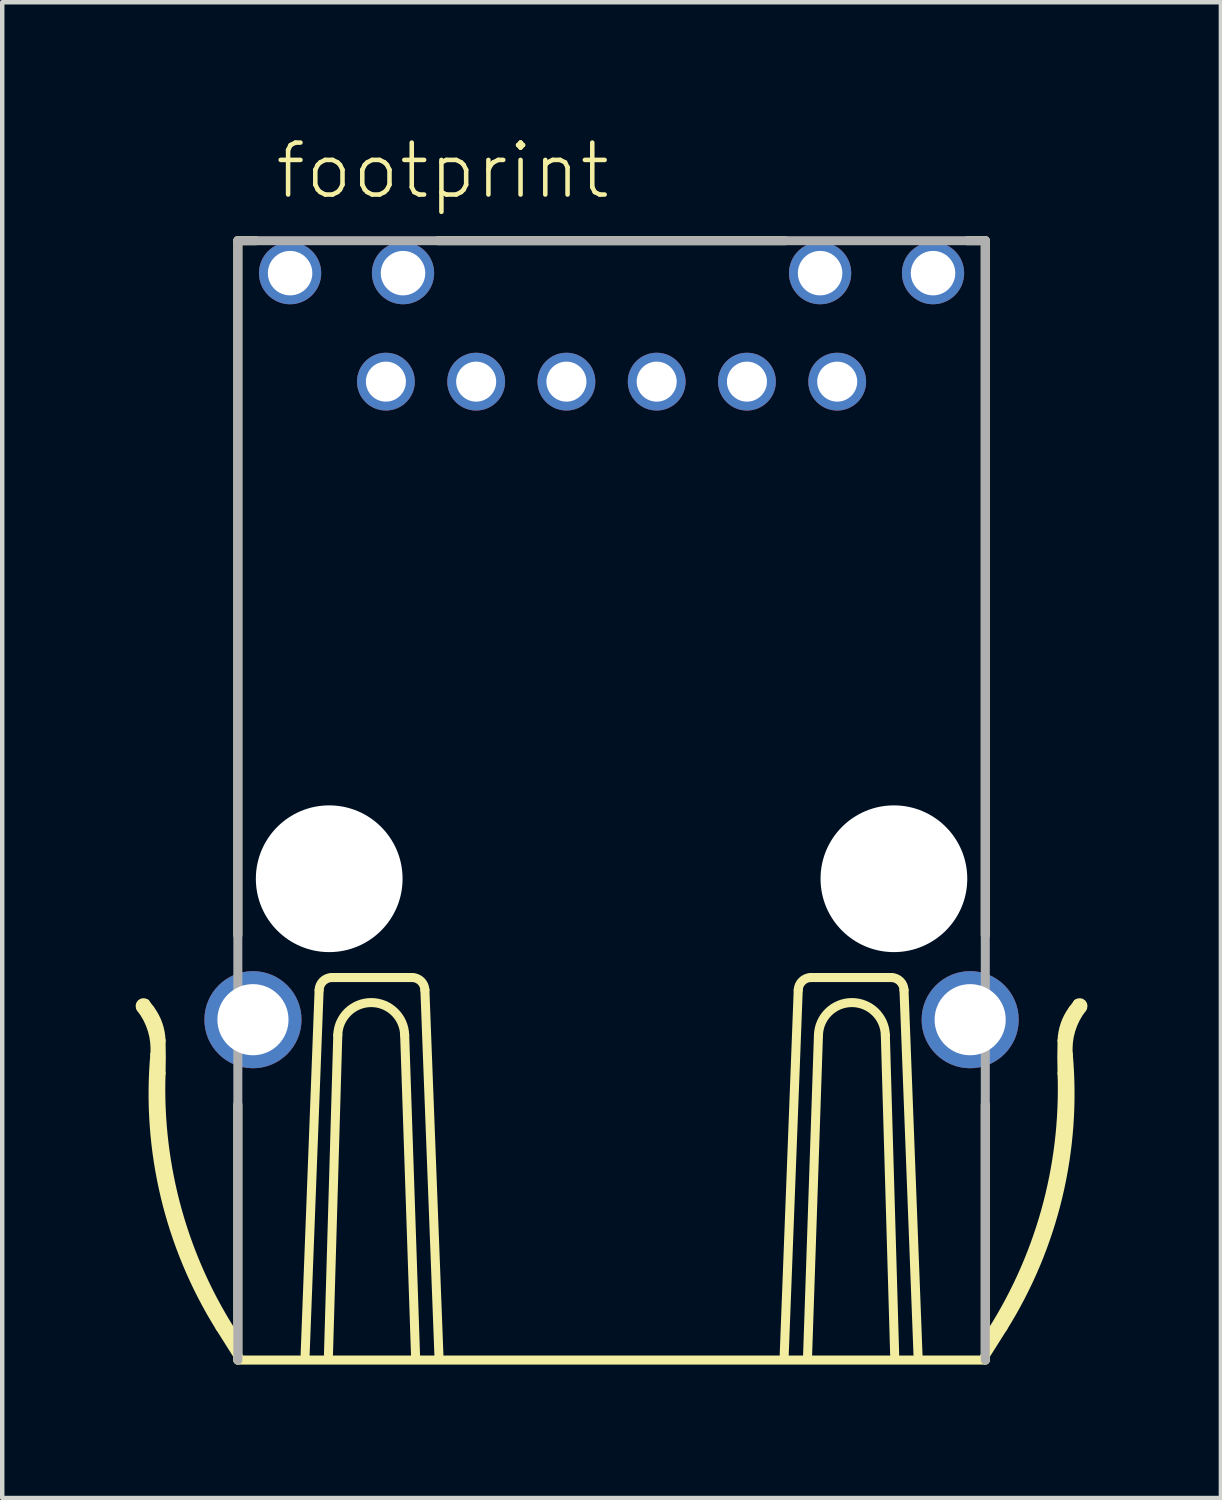
<source format=kicad_pcb>
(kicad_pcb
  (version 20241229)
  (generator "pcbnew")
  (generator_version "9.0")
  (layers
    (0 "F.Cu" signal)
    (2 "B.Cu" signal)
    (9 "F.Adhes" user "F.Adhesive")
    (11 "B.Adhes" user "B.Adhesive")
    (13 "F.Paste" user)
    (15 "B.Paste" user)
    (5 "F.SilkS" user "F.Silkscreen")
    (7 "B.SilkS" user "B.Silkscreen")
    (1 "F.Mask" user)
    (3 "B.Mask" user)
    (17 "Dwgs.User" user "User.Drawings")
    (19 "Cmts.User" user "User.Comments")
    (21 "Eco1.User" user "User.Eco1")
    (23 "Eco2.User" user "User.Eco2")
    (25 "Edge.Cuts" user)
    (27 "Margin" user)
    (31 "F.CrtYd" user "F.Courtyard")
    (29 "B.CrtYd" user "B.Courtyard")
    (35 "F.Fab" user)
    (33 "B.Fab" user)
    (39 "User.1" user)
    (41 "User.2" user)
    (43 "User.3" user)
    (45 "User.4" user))
  (footprint "footprint"
    (layer "F.Cu")
    (at 10.704 16.713)
    (property "Reference" "footprint" (at -7.62 -15.24 0) (layer "F.SilkS") (effects (font (size 1.168 1.168) (thickness 0.102)) (justify left bottom)))
    (fp_line (start -10.481 2.804) (end -10.377 2.943) (stroke (width 0.203) (type solid)) (layer "F.SilkS"))
    (fp_line (start -8.405 -14.35) (end -8.405 1.27) (stroke (width 0.203) (type solid)) (layer "F.SilkS"))
    (fp_line (start -8.405 -14.35) (end -8 -14.35) (stroke (width 0.203) (type solid)) (layer "F.SilkS"))
    (fp_line (start -8.405 5.08) (end -8.405 10.825) (stroke (width 0.203) (type solid)) (layer "F.SilkS"))
    (fp_line (start -8.405 10.825) (end 8.405 10.825) (stroke (width 0.203) (type solid)) (layer "F.SilkS"))
    (fp_line (start -8.385 10.755) (end -8.804 10.091) (stroke (width 0.203) (type solid)) (layer "F.SilkS"))
    (fp_line (start -6.892 10.708) (end -6.577 2.502) (stroke (width 0.203) (type solid)) (layer "F.SilkS"))
    (fp_line (start -6.367 10.708) (end -6.157 3.516) (stroke (width 0.203) (type solid)) (layer "F.SilkS"))
    (fp_line (start -6.298 2.222) (end -4.478 2.222) (stroke (width 0.203) (type solid)) (layer "F.SilkS"))
    (fp_line (start -4.653 3.516) (end -4.408 10.743) (stroke (width 0.203) (type solid)) (layer "F.SilkS"))
    (fp_line (start -3.905 -14.35) (end 3.905 -14.35) (stroke (width 0.203) (type solid)) (layer "F.SilkS"))
    (fp_line (start -3.883 10.708) (end -4.198 2.502) (stroke (width 0.203) (type solid)) (layer "F.SilkS"))
    (fp_line (start 3.883 10.708) (end 4.198 2.502) (stroke (width 0.203) (type solid)) (layer "F.SilkS"))
    (fp_line (start 4.653 3.516) (end 4.408 10.743) (stroke (width 0.203) (type solid)) (layer "F.SilkS"))
    (fp_line (start 6.298 2.222) (end 4.478 2.222) (stroke (width 0.203) (type solid)) (layer "F.SilkS"))
    (fp_line (start 6.367 10.708) (end 6.157 3.516) (stroke (width 0.203) (type solid)) (layer "F.SilkS"))
    (fp_line (start 6.892 10.708) (end 6.577 2.502) (stroke (width 0.203) (type solid)) (layer "F.SilkS"))
    (fp_line (start 8 -14.35) (end 8.405 -14.35) (stroke (width 0.203) (type solid)) (layer "F.SilkS"))
    (fp_line (start 8.385 10.755) (end 8.804 10.091) (stroke (width 0.203) (type solid)) (layer "F.SilkS"))
    (fp_line (start 8.405 1.27) (end 8.405 -14.35) (stroke (width 0.203) (type solid)) (layer "F.SilkS"))
    (fp_line (start 8.405 10.825) (end 8.405 5.08) (stroke (width 0.203) (type solid)) (layer "F.SilkS"))
    (fp_line (start 10.481 2.804) (end 10.377 2.943) (stroke (width 0.203) (type solid)) (layer "F.SilkS"))
    (fp_arc (start -10.5862 2.9086) (mid -10.580366 2.809634) (end -10.4814 2.803798) (stroke (width 0.2032) (type solid)) (layer "F.SilkS"))
    (fp_arc (start -10.586199 2.9086) (mid -10.329382 3.402768) (end -10.2718 3.9567) (stroke (width 0.2032) (type solid)) (layer "F.SilkS"))
    (fp_arc (start -10.3766 2.9435) (mid -10.200259 3.273984) (end -10.132 3.642299) (stroke (width 0.2032) (type solid)) (layer "F.SilkS"))
    (fp_arc (start -10.132 3.6423) (mid -10.126534 4.00915) (end -10.132 4.376) (stroke (width 0.2032) (type solid)) (layer "F.SilkS"))
    (fp_arc (start -8.8044 10.091) (mid -10.039065 7.143687) (end -10.2718 3.9567) (stroke (width 0.2032) (type solid)) (layer "F.SilkS"))
    (fp_arc (start -8.455 10.3356) (mid -9.758602 7.486677) (end -10.132 4.376) (stroke (width 0.2032) (type solid)) (layer "F.SilkS"))
    (fp_arc (start -6.5774 2.5015) (mid -6.492265 2.306735) (end -6.297501 2.221599) (stroke (width 0.2032) (type solid)) (layer "F.SilkS"))
    (fp_arc (start -6.1575 3.5161) (mid -5.4053 2.785967) (end -4.6531 3.5161) (stroke (width 0.2032) (type solid)) (layer "F.SilkS"))
    (fp_arc (start -4.478098 2.2216) (mid -4.283335 2.306736) (end -4.1982 2.5015) (stroke (width 0.2032) (type solid)) (layer "F.SilkS"))
    (fp_arc (start 4.1982 2.5015) (mid 4.283335 2.306736) (end 4.478098 2.2216) (stroke (width 0.2032) (type solid)) (layer "F.SilkS"))
    (fp_arc (start 4.6531 3.5161) (mid 5.4053 2.785967) (end 6.1575 3.5161) (stroke (width 0.2032) (type solid)) (layer "F.SilkS"))
    (fp_arc (start 6.297501 2.221599) (mid 6.492265 2.306735) (end 6.5774 2.5015) (stroke (width 0.2032) (type solid)) (layer "F.SilkS"))
    (fp_arc (start 10.132 3.642299) (mid 10.200259 3.273984) (end 10.3766 2.9435) (stroke (width 0.2032) (type solid)) (layer "F.SilkS"))
    (fp_arc (start 10.132 4.376) (mid 9.758602 7.486677) (end 8.455 10.3356) (stroke (width 0.2032) (type solid)) (layer "F.SilkS"))
    (fp_arc (start 10.132 4.376) (mid 10.126534 4.00915) (end 10.132 3.6423) (stroke (width 0.2032) (type solid)) (layer "F.SilkS"))
    (fp_arc (start 10.2718 3.9567) (mid 10.039065 7.143687) (end 8.8044 10.091) (stroke (width 0.2032) (type solid)) (layer "F.SilkS"))
    (fp_arc (start 10.2718 3.9567) (mid 10.329382 3.402768) (end 10.586199 2.9086) (stroke (width 0.2032) (type solid)) (layer "F.SilkS"))
    (fp_arc (start 10.4814 2.803798) (mid 10.580367 2.809633) (end 10.5862 2.9086) (stroke (width 0.2032) (type solid)) (layer "F.SilkS"))
    (fp_line (start -8.405 -14.35) (end -8.405 10.825) (stroke (width 0.203) (type solid)) (layer "F.Fab"))
    (fp_line (start -8.405 -14.35) (end 8.405 -14.35) (stroke (width 0.203) (type solid)) (layer "F.Fab"))
    (fp_line (start 8.405 10.825) (end 8.405 -14.35) (stroke (width 0.203) (type solid)) (layer "F.Fab"))
    (pad "" np_thru_hole circle (at -6.35 0) (size 3.3 3.3) (drill 3.3) (layers "*.Cu" "*.Mask"))
    (pad "" np_thru_hole circle (at 6.35 0) (size 3.3 3.3) (drill 3.3) (layers "*.Cu" "*.Mask"))
    (pad "1" thru_hole circle (at 5.075 -11.18) (size 1.3 1.3) (drill 0.9) (layers "*.Cu" "*.Mask"))
    (pad "2" thru_hole circle (at 3.045 -11.18) (size 1.3 1.3) (drill 0.9) (layers "*.Cu" "*.Mask"))
    (pad "3" thru_hole circle (at 1.015 -11.18) (size 1.3 1.3) (drill 0.9) (layers "*.Cu" "*.Mask"))
    (pad "4" thru_hole circle (at -1.015 -11.18) (size 1.3 1.3) (drill 0.9) (layers "*.Cu" "*.Mask"))
    (pad "5" thru_hole circle (at -3.045 -11.18) (size 1.3 1.3) (drill 0.9) (layers "*.Cu" "*.Mask"))
    (pad "6" thru_hole circle (at -5.075 -11.18) (size 1.3 1.3) (drill 0.9) (layers "*.Cu" "*.Mask"))
    (pad "7" thru_hole circle (at 7.23 -13.62) (size 1.4 1.4) (drill 1) (layers "*.Cu" "*.Mask"))
    (pad "8" thru_hole circle (at 4.69 -13.62) (size 1.4 1.4) (drill 1) (layers "*.Cu" "*.Mask"))
    (pad "9" thru_hole circle (at -4.69 -13.62) (size 1.4 1.4) (drill 1) (layers "*.Cu" "*.Mask"))
    (pad "10" thru_hole circle (at -7.23 -13.62) (size 1.4 1.4) (drill 1) (layers "*.Cu" "*.Mask"))
    (pad "SH1" thru_hole circle (at -8.065 3.17) (size 2.184 2.184) (drill 1.6) (layers "*.Cu" "*.Mask"))
    (pad "SH2" thru_hole circle (at 8.065 3.17) (size 2.184 2.184) (drill 1.6) (layers "*.Cu" "*.Mask")))
  (gr_rect
    (start -3 -3)
    (end 24.408 30.64)
    (stroke (width 0.1) (type default))
    (fill no)
    (layer "Edge.Cuts")))
</source>
